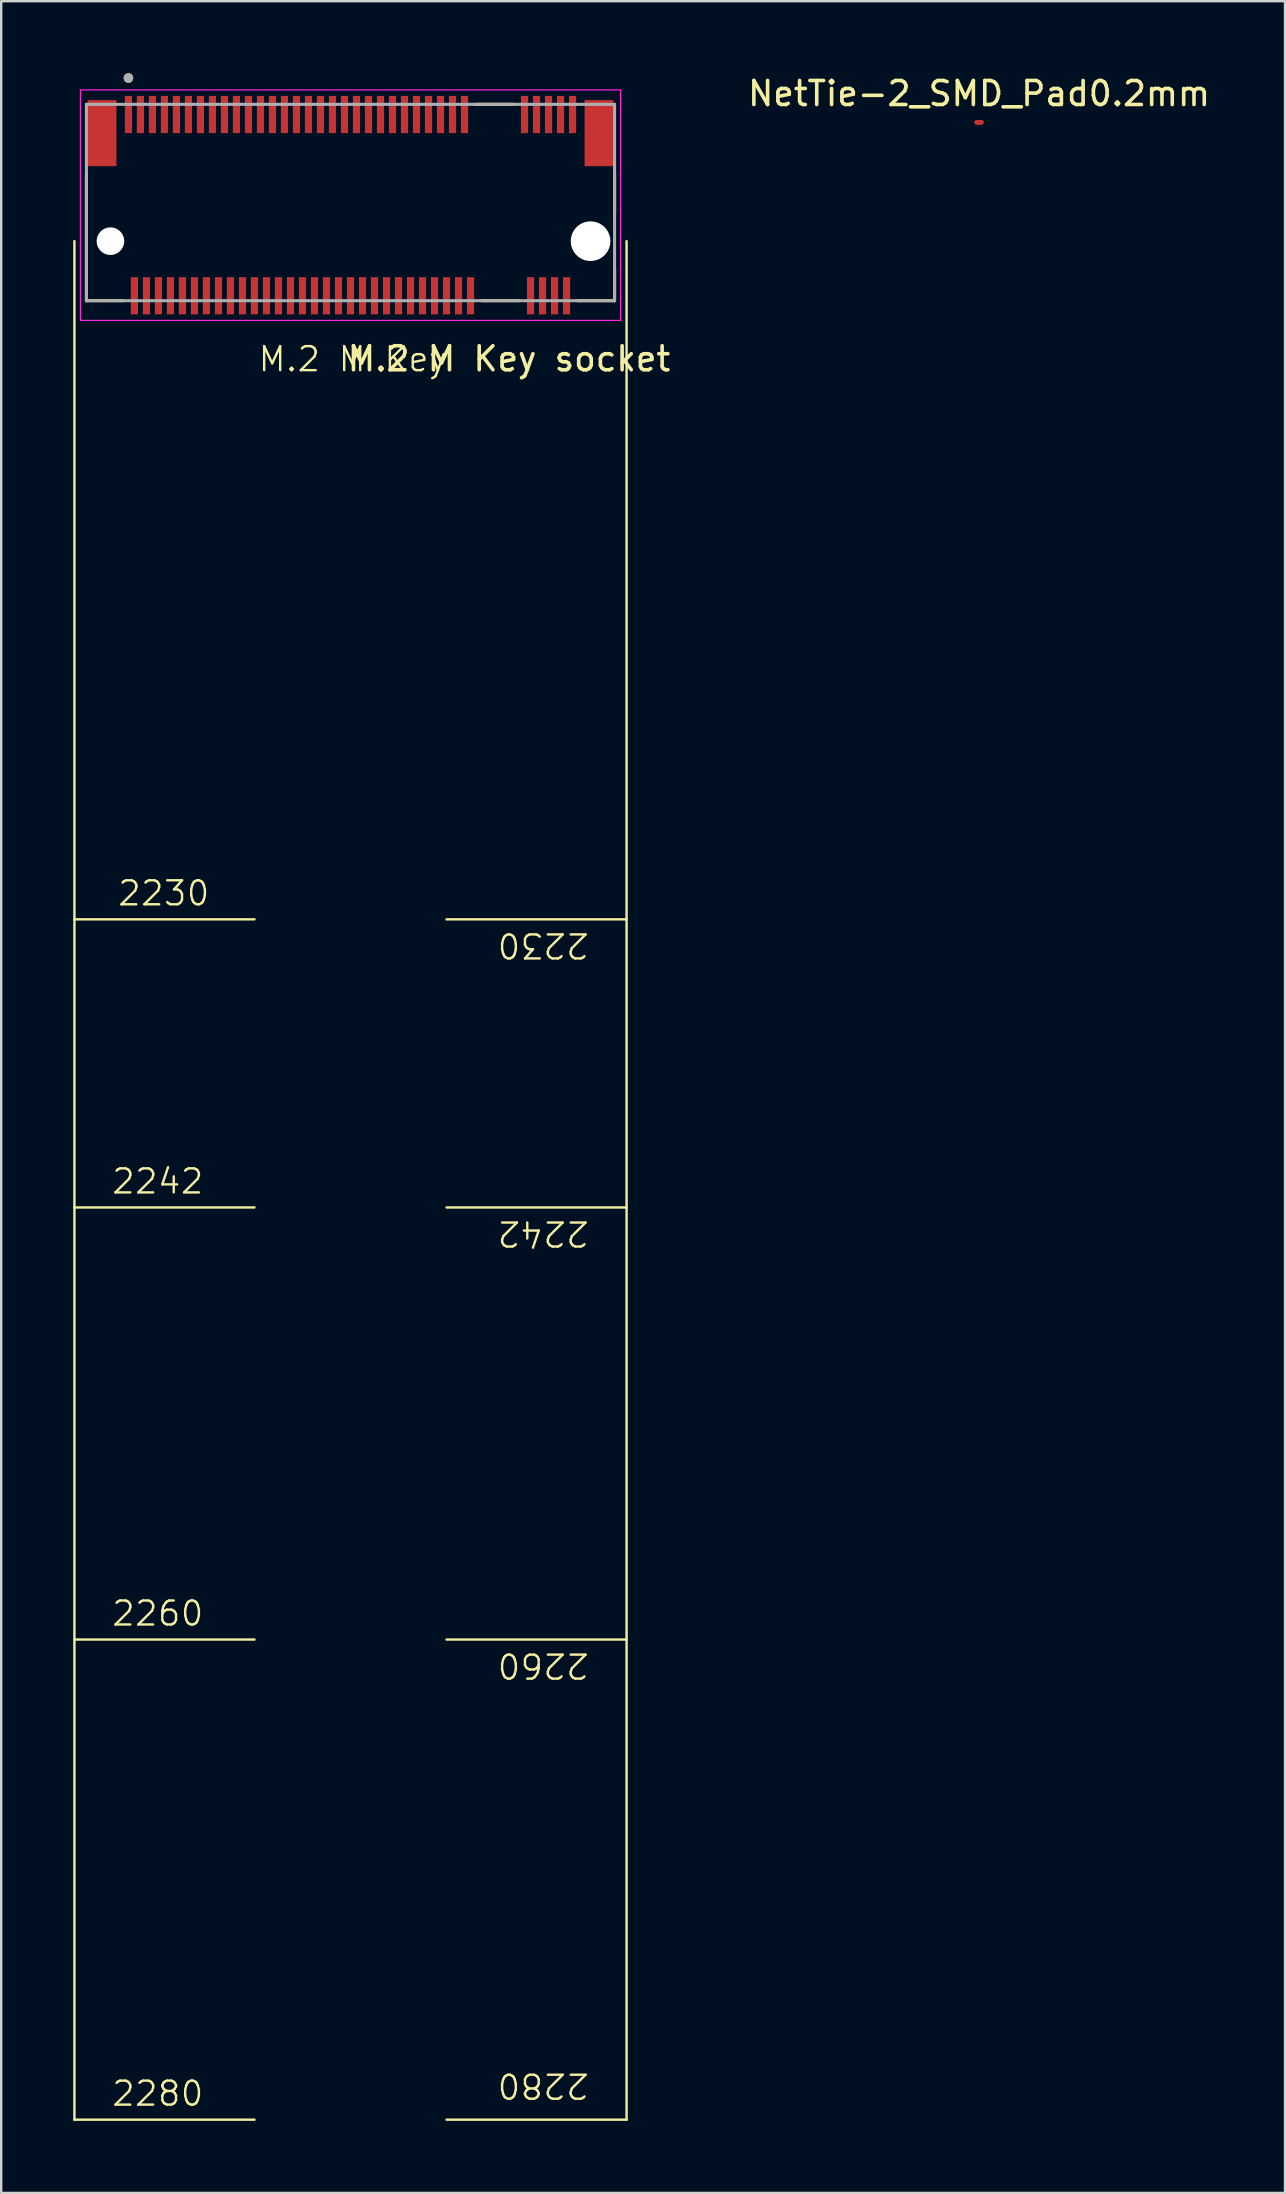
<source format=kicad_pcb>
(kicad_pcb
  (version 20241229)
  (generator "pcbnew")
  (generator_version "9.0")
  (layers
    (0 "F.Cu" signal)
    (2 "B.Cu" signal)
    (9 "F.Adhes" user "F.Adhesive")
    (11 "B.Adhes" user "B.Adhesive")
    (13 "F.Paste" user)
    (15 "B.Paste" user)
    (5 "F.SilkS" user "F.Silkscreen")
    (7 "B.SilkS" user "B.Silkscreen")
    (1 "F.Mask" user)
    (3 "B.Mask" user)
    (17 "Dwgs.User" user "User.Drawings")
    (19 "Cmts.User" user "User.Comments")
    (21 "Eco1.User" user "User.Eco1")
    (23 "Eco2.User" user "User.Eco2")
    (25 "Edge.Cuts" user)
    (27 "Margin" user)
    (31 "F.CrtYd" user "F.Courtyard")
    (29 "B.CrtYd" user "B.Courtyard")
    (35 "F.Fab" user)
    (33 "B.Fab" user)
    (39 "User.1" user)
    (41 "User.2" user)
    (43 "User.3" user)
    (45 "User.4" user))
  (footprint "M.2 M Key socket"
    (layer "F.Cu")
    (at 11.55 6.996)
    (property "Reference" "M.2 M Key socket" (at 6.6 4.9 0) (layer "F.SilkS") (effects (font (size 1 1) (thickness 0.15))))
    (fp_line (start -11.5 0) (end -11.5 78.25) (stroke (width 0.1) (type default)) (layer "F.SilkS"))
    (fp_line (start -11.5 28.25) (end -4 28.25) (stroke (width 0.1) (type default)) (layer "F.SilkS"))
    (fp_line (start -11.5 40.25) (end -4 40.25) (stroke (width 0.1) (type default)) (layer "F.SilkS"))
    (fp_line (start -11.5 58.25) (end -4 58.25) (stroke (width 0.1) (type default)) (layer "F.SilkS"))
    (fp_line (start -11.5 78.25) (end -4 78.25) (stroke (width 0.1) (type default)) (layer "F.SilkS"))
    (fp_line (start -11 2.48) (end -11 -2.805) (stroke (width 0.127) (type solid)) (layer "F.SilkS"))
    (fp_line (start -9.47 2.48) (end -11 2.48) (stroke (width 0.127) (type solid)) (layer "F.SilkS"))
    (fp_line (start 4 28.25) (end 11.5 28.25) (stroke (width 0.1) (type default)) (layer "F.SilkS"))
    (fp_line (start 4 40.25) (end 11.5 40.25) (stroke (width 0.1) (type default)) (layer "F.SilkS"))
    (fp_line (start 4 58.25) (end 11.5 58.25) (stroke (width 0.1) (type default)) (layer "F.SilkS"))
    (fp_line (start 4 78.25) (end 11.5 78.25) (stroke (width 0.1) (type default)) (layer "F.SilkS"))
    (fp_line (start 5.213 -5.7) (end 6.777 -5.7) (stroke (width 0.127) (type solid)) (layer "F.SilkS"))
    (fp_line (start 5.463 2.48) (end 7.027 2.48) (stroke (width 0.127) (type solid)) (layer "F.SilkS"))
    (fp_line (start 11 -2.805) (end 11 -1.145) (stroke (width 0.127) (type solid)) (layer "F.SilkS"))
    (fp_line (start 11 2.48) (end 9.47 2.48) (stroke (width 0.127) (type solid)) (layer "F.SilkS"))
    (fp_line (start 11 2.48) (end 11 1.145) (stroke (width 0.127) (type solid)) (layer "F.SilkS"))
    (fp_line (start 11.5 78.25) (end 11.5 0) (stroke (width 0.1) (type default)) (layer "F.SilkS"))
    (fp_circle (center -9.25 -6.796) (end -9.15 -6.796) (stroke (width 0.2) (type solid)) (fill no) (layer "F.SilkS"))
    (fp_line (start -11.25 -6.3) (end -11.25 3.3) (stroke (width 0.05) (type solid)) (layer "F.CrtYd"))
    (fp_line (start -11.25 3.3) (end 11.25 3.3) (stroke (width 0.05) (type solid)) (layer "F.CrtYd"))
    (fp_line (start 11.25 -6.3) (end -11.25 -6.3) (stroke (width 0.05) (type solid)) (layer "F.CrtYd"))
    (fp_line (start 11.25 3.3) (end 11.25 -6.3) (stroke (width 0.05) (type solid)) (layer "F.CrtYd"))
    (fp_line (start -11 -5.7) (end 11 -5.7) (stroke (width 0.127) (type solid)) (layer "F.Fab"))
    (fp_line (start -11 2.48) (end -11 -5.7) (stroke (width 0.127) (type solid)) (layer "F.Fab"))
    (fp_line (start 11 -5.7) (end 11 2.48) (stroke (width 0.127) (type solid)) (layer "F.Fab"))
    (fp_line (start 11 2.48) (end -11 2.48) (stroke (width 0.127) (type solid)) (layer "F.Fab"))
    (fp_circle (center -9.25 -6.796) (end -9.15 -6.796) (stroke (width 0.2) (type solid)) (fill no) (layer "F.Fab"))
    (fp_text user "2280" (at 10 76.25 180) (unlocked yes) (layer "F.SilkS") (effects (font (size 1 1) (thickness 0.1)) (justify left bottom)))
    (fp_text user "2242" (at -10 39.75 0) (unlocked yes) (layer "F.SilkS") (effects (font (size 1 1) (thickness 0.1)) (justify left bottom)))
    (fp_text user "2230" (at -9.75 27.75 0) (unlocked yes) (layer "F.SilkS") (effects (font (size 1 1) (thickness 0.1)) (justify left bottom)))
    (fp_text user "2260" (at 10 58.75 180) (unlocked yes) (layer "F.SilkS") (effects (font (size 1 1) (thickness 0.1)) (justify left bottom)))
    (fp_text user "2280" (at -10 77.75 0) (unlocked yes) (layer "F.SilkS") (effects (font (size 1 1) (thickness 0.1)) (justify left bottom)))
    (fp_text user "2260" (at -10 57.75 0) (unlocked yes) (layer "F.SilkS") (effects (font (size 1 1) (thickness 0.1)) (justify left bottom)))
    (fp_text user "2230" (at 10 28.75 180) (unlocked yes) (layer "F.SilkS") (effects (font (size 1 1) (thickness 0.1)) (justify left bottom)))
    (fp_text user "2242" (at 10 40.75 180) (unlocked yes) (layer "F.SilkS") (effects (font (size 1 1) (thickness 0.1)) (justify left bottom)))
    (fp_text user "M.2 M Key" (at -3.9 5.5 0) (unlocked yes) (layer "F.SilkS") (effects (font (size 1 1) (thickness 0.1)) (justify left bottom)))
    (pad "" np_thru_hole circle (at -10 0) (size 1.15 1.15) (drill 1.15) (layers "*.Cu" "*.Mask"))
    (pad "" np_thru_hole circle (at 10 0) (size 1.65 1.65) (drill 1.65) (layers "*.Cu" "*.Mask"))
    (pad "1" smd rect (at -9.25 -5.275) (size 0.3 1.55) (layers "F.Cu" "F.Mask" "F.Paste"))
    (pad "2" smd rect (at -9 2.275) (size 0.3 1.55) (layers "F.Cu" "F.Mask" "F.Paste"))
    (pad "3" smd rect (at -8.75 -5.275) (size 0.3 1.55) (layers "F.Cu" "F.Mask" "F.Paste"))
    (pad "4" smd rect (at -8.5 2.275) (size 0.3 1.55) (layers "F.Cu" "F.Mask" "F.Paste"))
    (pad "5" smd rect (at -8.25 -5.275) (size 0.3 1.55) (layers "F.Cu" "F.Mask" "F.Paste"))
    (pad "6" smd rect (at -8 2.275) (size 0.3 1.55) (layers "F.Cu" "F.Mask" "F.Paste"))
    (pad "7" smd rect (at -7.75 -5.275) (size 0.3 1.55) (layers "F.Cu" "F.Mask" "F.Paste"))
    (pad "8" smd rect (at -7.5 2.275) (size 0.3 1.55) (layers "F.Cu" "F.Mask" "F.Paste"))
    (pad "9" smd rect (at -7.25 -5.275) (size 0.3 1.55) (layers "F.Cu" "F.Mask" "F.Paste"))
    (pad "10" smd rect (at -7 2.275) (size 0.3 1.55) (layers "F.Cu" "F.Mask" "F.Paste"))
    (pad "11" smd rect (at -6.75 -5.275) (size 0.3 1.55) (layers "F.Cu" "F.Mask" "F.Paste"))
    (pad "12" smd rect (at -6.5 2.275) (size 0.3 1.55) (layers "F.Cu" "F.Mask" "F.Paste"))
    (pad "13" smd rect (at -6.25 -5.275) (size 0.3 1.55) (layers "F.Cu" "F.Mask" "F.Paste"))
    (pad "14" smd rect (at -6 2.275) (size 0.3 1.55) (layers "F.Cu" "F.Mask" "F.Paste"))
    (pad "15" smd rect (at -5.75 -5.275) (size 0.3 1.55) (layers "F.Cu" "F.Mask" "F.Paste"))
    (pad "16" smd rect (at -5.5 2.275) (size 0.3 1.55) (layers "F.Cu" "F.Mask" "F.Paste"))
    (pad "17" smd rect (at -5.25 -5.275) (size 0.3 1.55) (layers "F.Cu" "F.Mask" "F.Paste"))
    (pad "18" smd rect (at -5 2.275) (size 0.3 1.55) (layers "F.Cu" "F.Mask" "F.Paste"))
    (pad "19" smd rect (at -4.75 -5.275) (size 0.3 1.55) (layers "F.Cu" "F.Mask" "F.Paste"))
    (pad "20" smd rect (at -4.5 2.275) (size 0.3 1.55) (layers "F.Cu" "F.Mask" "F.Paste"))
    (pad "21" smd rect (at -4.25 -5.275) (size 0.3 1.55) (layers "F.Cu" "F.Mask" "F.Paste"))
    (pad "22" smd rect (at -4 2.275) (size 0.3 1.55) (layers "F.Cu" "F.Mask" "F.Paste"))
    (pad "23" smd rect (at -3.75 -5.275) (size 0.3 1.55) (layers "F.Cu" "F.Mask" "F.Paste"))
    (pad "24" smd rect (at -3.5 2.275) (size 0.3 1.55) (layers "F.Cu" "F.Mask" "F.Paste"))
    (pad "25" smd rect (at -3.25 -5.275) (size 0.3 1.55) (layers "F.Cu" "F.Mask" "F.Paste"))
    (pad "26" smd rect (at -3 2.275) (size 0.3 1.55) (layers "F.Cu" "F.Mask" "F.Paste"))
    (pad "27" smd rect (at -2.75 -5.275) (size 0.3 1.55) (layers "F.Cu" "F.Mask" "F.Paste"))
    (pad "28" smd rect (at -2.5 2.275) (size 0.3 1.55) (layers "F.Cu" "F.Mask" "F.Paste"))
    (pad "29" smd rect (at -2.25 -5.275) (size 0.3 1.55) (layers "F.Cu" "F.Mask" "F.Paste"))
    (pad "30" smd rect (at -2 2.275) (size 0.3 1.55) (layers "F.Cu" "F.Mask" "F.Paste"))
    (pad "31" smd rect (at -1.75 -5.275) (size 0.3 1.55) (layers "F.Cu" "F.Mask" "F.Paste"))
    (pad "32" smd rect (at -1.5 2.275) (size 0.3 1.55) (layers "F.Cu" "F.Mask" "F.Paste"))
    (pad "33" smd rect (at -1.25 -5.275) (size 0.3 1.55) (layers "F.Cu" "F.Mask" "F.Paste"))
    (pad "34" smd rect (at -1 2.275) (size 0.3 1.55) (layers "F.Cu" "F.Mask" "F.Paste"))
    (pad "35" smd rect (at -0.75 -5.275) (size 0.3 1.55) (layers "F.Cu" "F.Mask" "F.Paste"))
    (pad "36" smd rect (at -0.5 2.275) (size 0.3 1.55) (layers "F.Cu" "F.Mask" "F.Paste"))
    (pad "37" smd rect (at -0.25 -5.275) (size 0.3 1.55) (layers "F.Cu" "F.Mask" "F.Paste"))
    (pad "38" smd rect (at 0 2.275) (size 0.3 1.55) (layers "F.Cu" "F.Mask" "F.Paste"))
    (pad "39" smd rect (at 0.25 -5.275) (size 0.3 1.55) (layers "F.Cu" "F.Mask" "F.Paste"))
    (pad "40" smd rect (at 0.5 2.275) (size 0.3 1.55) (layers "F.Cu" "F.Mask" "F.Paste"))
    (pad "41" smd rect (at 0.75 -5.275) (size 0.3 1.55) (layers "F.Cu" "F.Mask" "F.Paste"))
    (pad "42" smd rect (at 1 2.275) (size 0.3 1.55) (layers "F.Cu" "F.Mask" "F.Paste"))
    (pad "43" smd rect (at 1.25 -5.275) (size 0.3 1.55) (layers "F.Cu" "F.Mask" "F.Paste"))
    (pad "44" smd rect (at 1.5 2.275) (size 0.3 1.55) (layers "F.Cu" "F.Mask" "F.Paste"))
    (pad "45" smd rect (at 1.75 -5.275) (size 0.3 1.55) (layers "F.Cu" "F.Mask" "F.Paste"))
    (pad "46" smd rect (at 2 2.275) (size 0.3 1.55) (layers "F.Cu" "F.Mask" "F.Paste"))
    (pad "47" smd rect (at 2.25 -5.275) (size 0.3 1.55) (layers "F.Cu" "F.Mask" "F.Paste"))
    (pad "48" smd rect (at 2.5 2.275) (size 0.3 1.55) (layers "F.Cu" "F.Mask" "F.Paste"))
    (pad "49" smd rect (at 2.75 -5.275) (size 0.3 1.55) (layers "F.Cu" "F.Mask" "F.Paste"))
    (pad "50" smd rect (at 3 2.275) (size 0.3 1.55) (layers "F.Cu" "F.Mask" "F.Paste"))
    (pad "51" smd rect (at 3.25 -5.275) (size 0.3 1.55) (layers "F.Cu" "F.Mask" "F.Paste"))
    (pad "52" smd rect (at 3.5 2.275) (size 0.3 1.55) (layers "F.Cu" "F.Mask" "F.Paste"))
    (pad "53" smd rect (at 3.75 -5.275) (size 0.3 1.55) (layers "F.Cu" "F.Mask" "F.Paste"))
    (pad "54" smd rect (at 4 2.275) (size 0.3 1.55) (layers "F.Cu" "F.Mask" "F.Paste"))
    (pad "55" smd rect (at 4.25 -5.275) (size 0.3 1.55) (layers "F.Cu" "F.Mask" "F.Paste"))
    (pad "56" smd rect (at 4.5 2.275) (size 0.3 1.55) (layers "F.Cu" "F.Mask" "F.Paste"))
    (pad "57" smd rect (at 4.75 -5.275) (size 0.3 1.55) (layers "F.Cu" "F.Mask" "F.Paste"))
    (pad "58" smd rect (at 5 2.275) (size 0.3 1.55) (layers "F.Cu" "F.Mask" "F.Paste"))
    (pad "67" smd rect (at 7.25 -5.275) (size 0.3 1.55) (layers "F.Cu" "F.Mask" "F.Paste"))
    (pad "68" smd rect (at 7.5 2.275) (size 0.3 1.55) (layers "F.Cu" "F.Mask" "F.Paste"))
    (pad "69" smd rect (at 7.75 -5.275) (size 0.3 1.55) (layers "F.Cu" "F.Mask" "F.Paste"))
    (pad "70" smd rect (at 8 2.275) (size 0.3 1.55) (layers "F.Cu" "F.Mask" "F.Paste"))
    (pad "71" smd rect (at 8.25 -5.275) (size 0.3 1.55) (layers "F.Cu" "F.Mask" "F.Paste"))
    (pad "72" smd rect (at 8.5 2.275) (size 0.3 1.55) (layers "F.Cu" "F.Mask" "F.Paste"))
    (pad "73" smd rect (at 8.75 -5.275) (size 0.3 1.55) (layers "F.Cu" "F.Mask" "F.Paste"))
    (pad "74" smd rect (at 9 2.275) (size 0.3 1.55) (layers "F.Cu" "F.Mask" "F.Paste"))
    (pad "75" smd rect (at 9.25 -5.275) (size 0.3 1.55) (layers "F.Cu" "F.Mask" "F.Paste"))
    (pad "MP" smd rect (at -10.35 -4.5) (size 1.2 2.75) (layers "F.Cu" "F.Mask" "F.Paste"))
    (pad "MP" smd rect (at 10.35 -4.5) (size 1.2 2.75) (layers "F.Cu" "F.Mask" "F.Paste")))
  (footprint "NetTie-2_SMD_Pad0.2mm"
    (layer "F.Cu")
    (at 37.733 2.048)
    (property "Reference" "NetTie-2_SMD_Pad0.2mm" (at 0 -1.2 0) (layer "F.SilkS") (effects (font (size 1 1) (thickness 0.15))))
    (attr exclude_from_pos_files exclude_from_bom allow_missing_courtyard)
    (fp_poly (pts (xy -0.1 -0.1) (xy 0.1 -0.1) (xy 0.1 0.1) (xy -0.1 0.1)) (stroke (width 0) (type solid)) (fill yes) (layer "F.Cu"))
    (pad "1" smd circle (at -0.1 0) (size 0.2 0.2) (layers "F.Cu"))
    (pad "2" smd circle (at 0.1 0) (size 0.2 0.2) (layers "F.Cu")))
  (gr_rect
    (start -3 -3)
    (end 50.477 88.296)
    (stroke (width 0.1) (type default))
    (fill no)
    (layer "Edge.Cuts")))
</source>
